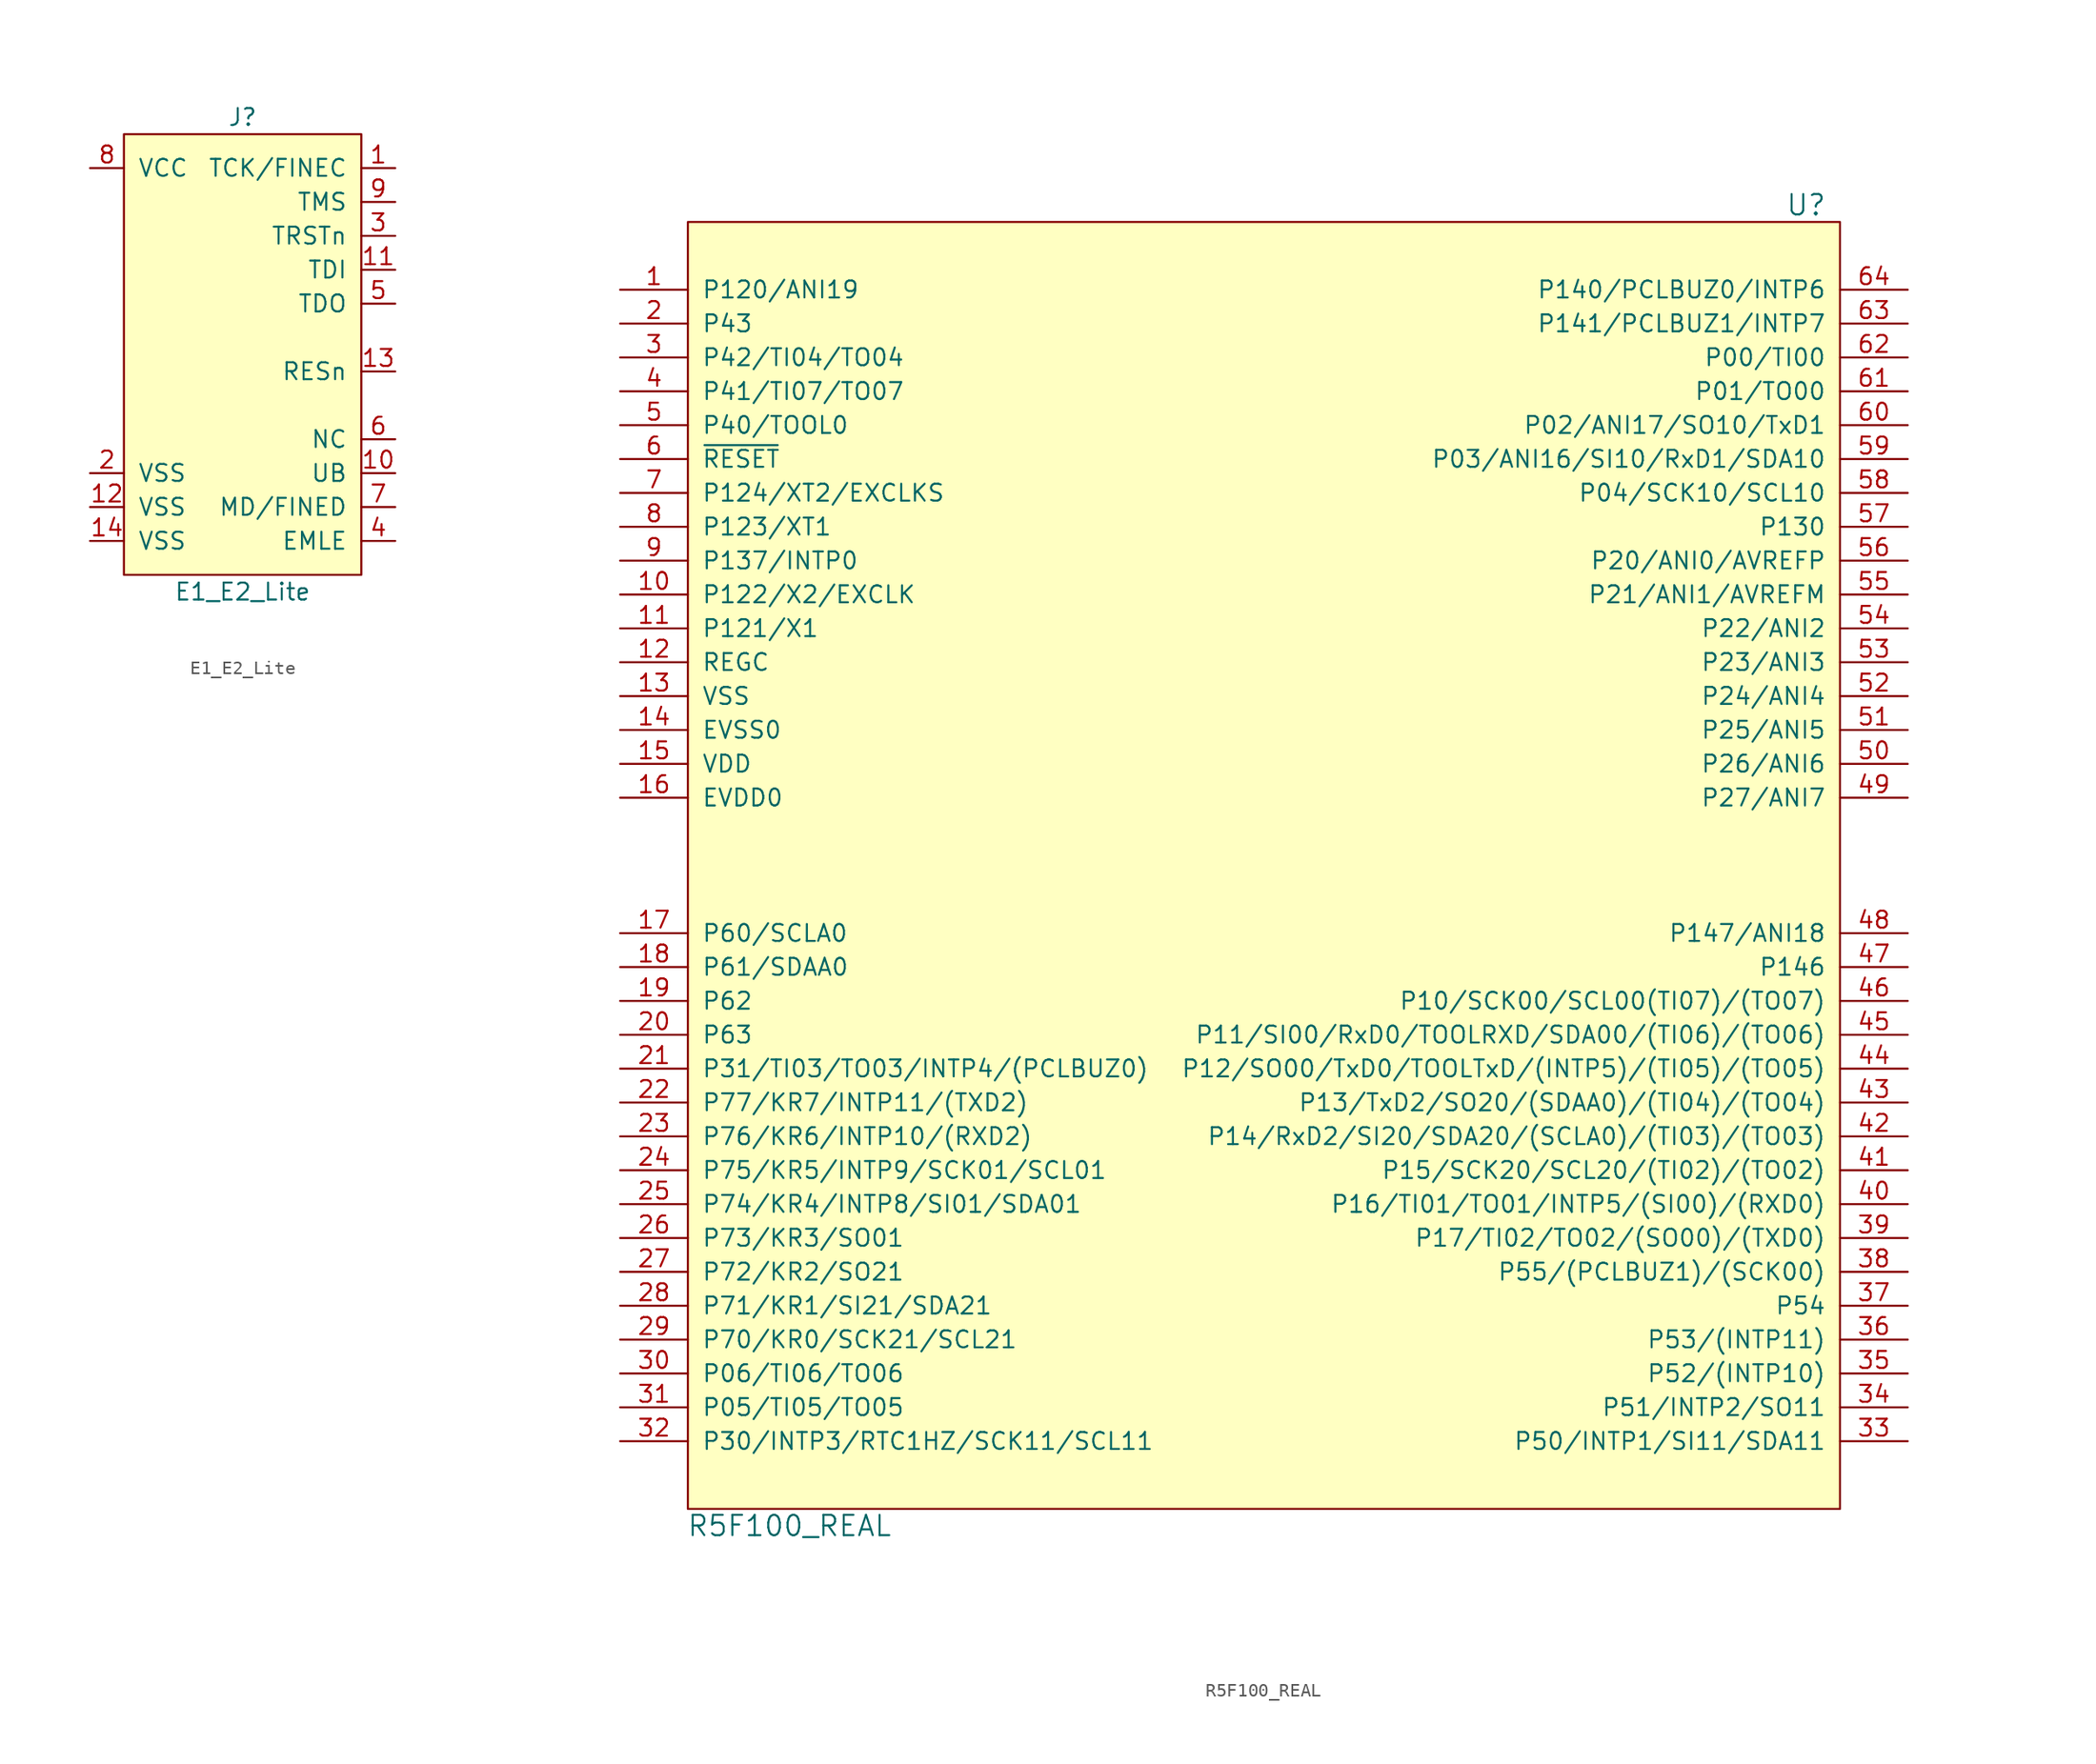
<source format=kicad_sym>
(kicad_symbol_lib
  (version 20211014)
  (generator kicad_symbol_editor)
  (symbol "E1_E2_Lite"
    (pin_names
      (offset 1.016))
    (property "Reference" "J"
      (at 0 17.78 0)
      (effects (font (size 1.27 1.27))))
    (property "Value" "E1_E2_Lite"
      (at 0 -17.78 0)
      (effects (font (size 1.27 1.27))))
    (symbol "E1_E2_Lite_0_1"
      (rectangle (start -8.89 16.51) (end 8.89 -16.51) (stroke (width 0) (type default) (color 0 0 0 0)) (fill (type background))))
    (symbol "E1_E2_Lite_1_1"
      (pin output line (at 11.43 13.97 180) (length 2.54) (name "TCK/FINEC" (effects (font (size 1.27 1.27)))) (number "1" (effects (font (size 1.27 1.27)))))
      (pin bidirectional line (at 11.43 -8.89 180) (length 2.54) (name "UB" (effects (font (size 1.27 1.27)))) (number "10" (effects (font (size 1.27 1.27)))))
      (pin output line (at 11.43 6.35 180) (length 2.54) (name "TDI" (effects (font (size 1.27 1.27)))) (number "11" (effects (font (size 1.27 1.27)))))
      (pin power_in line (at -11.43 -11.43 0) (length 2.54) (name "VSS" (effects (font (size 1.27 1.27)))) (number "12" (effects (font (size 1.27 1.27)))))
      (pin bidirectional line (at 11.43 -1.27 180) (length 2.54) (name "RESn" (effects (font (size 1.27 1.27)))) (number "13" (effects (font (size 1.27 1.27)))))
      (pin power_in line (at -11.43 -13.97 0) (length 2.54) (name "VSS" (effects (font (size 1.27 1.27)))) (number "14" (effects (font (size 1.27 1.27)))))
      (pin power_in line (at -11.43 -8.89 0) (length 2.54) (name "VSS" (effects (font (size 1.27 1.27)))) (number "2" (effects (font (size 1.27 1.27)))))
      (pin output line (at 11.43 8.89 180) (length 2.54) (name "TRSTn" (effects (font (size 1.27 1.27)))) (number "3" (effects (font (size 1.27 1.27)))))
      (pin bidirectional line (at 11.43 -13.97 180) (length 2.54) (name "EMLE" (effects (font (size 1.27 1.27)))) (number "4" (effects (font (size 1.27 1.27)))))
      (pin input line (at 11.43 3.81 180) (length 2.54) (name "TDO" (effects (font (size 1.27 1.27)))) (number "5" (effects (font (size 1.27 1.27)))))
      (pin bidirectional line (at 11.43 -6.35 180) (length 2.54) (name "NC" (effects (font (size 1.27 1.27)))) (number "6" (effects (font (size 1.27 1.27)))))
      (pin bidirectional line (at 11.43 -11.43 180) (length 2.54) (name "MD/FINED" (effects (font (size 1.27 1.27)))) (number "7" (effects (font (size 1.27 1.27)))))
      (pin power_in line (at -11.43 13.97 0) (length 2.54) (name "VCC" (effects (font (size 1.27 1.27)))) (number "8" (effects (font (size 1.27 1.27)))))
      (pin output line (at 11.43 11.43 180) (length 2.54) (name "TMS" (effects (font (size 1.27 1.27)))) (number "9" (effects (font (size 1.27 1.27)))))))
  (symbol "R5F100_REAL"
    (pin_names
      (offset 1.016))
    (property "Reference" "U"
      (at 40.64 49.53 0)
      (effects (font (size 1.524 1.524))))
    (property "Value" "R5F100_REAL"
      (at -35.56 -49.53 0)
      (effects (font (size 1.524 1.524))))
    (property "Footprint" ""
      (at 40.64 49.53 0)
      (effects (font (size 1.524 1.524))))
    (property "Datasheet" ""
      (at 40.64 49.53 0)
      (effects (font (size 1.524 1.524))))
    (symbol "R5F100_REAL_0_1"
      (rectangle (start -43.18 48.26) (end 43.18 -48.26) (stroke (width 0) (type default) (color 0 0 0 0)) (fill (type background))))
    (symbol "R5F100_REAL_1_1"
      (pin passive line (at -48.26 43.18 0) (length 5.08) (name "P120/ANI19" (effects (font (size 1.27 1.27)))) (number "1" (effects (font (size 1.27 1.27)))))
      (pin passive line (at -48.26 20.32 0) (length 5.08) (name "P122/X2/EXCLK" (effects (font (size 1.27 1.27)))) (number "10" (effects (font (size 1.27 1.27)))))
      (pin passive line (at -48.26 17.78 0) (length 5.08) (name "P121/X1" (effects (font (size 1.27 1.27)))) (number "11" (effects (font (size 1.27 1.27)))))
      (pin passive line (at -48.26 15.24 0) (length 5.08) (name "REGC" (effects (font (size 1.27 1.27)))) (number "12" (effects (font (size 1.27 1.27)))))
      (pin power_in line (at -48.26 12.7 0) (length 5.08) (name "VSS" (effects (font (size 1.27 1.27)))) (number "13" (effects (font (size 1.27 1.27)))))
      (pin input line (at -48.26 10.16 0) (length 5.08) (name "EVSS0" (effects (font (size 1.27 1.27)))) (number "14" (effects (font (size 1.27 1.27)))))
      (pin power_in line (at -48.26 7.62 0) (length 5.08) (name "VDD" (effects (font (size 1.27 1.27)))) (number "15" (effects (font (size 1.27 1.27)))))
      (pin input line (at -48.26 5.08 0) (length 5.08) (name "EVDD0" (effects (font (size 1.27 1.27)))) (number "16" (effects (font (size 1.27 1.27)))))
      (pin passive line (at -48.26 -5.08 0) (length 5.08) (name "P60/SCLA0" (effects (font (size 1.27 1.27)))) (number "17" (effects (font (size 1.27 1.27)))))
      (pin passive line (at -48.26 -7.62 0) (length 5.08) (name "P61/SDAA0" (effects (font (size 1.27 1.27)))) (number "18" (effects (font (size 1.27 1.27)))))
      (pin passive line (at -48.26 -10.16 0) (length 5.08) (name "P62" (effects (font (size 1.27 1.27)))) (number "19" (effects (font (size 1.27 1.27)))))
      (pin passive line (at -48.26 40.64 0) (length 5.08) (name "P43" (effects (font (size 1.27 1.27)))) (number "2" (effects (font (size 1.27 1.27)))))
      (pin passive line (at -48.26 -12.7 0) (length 5.08) (name "P63" (effects (font (size 1.27 1.27)))) (number "20" (effects (font (size 1.27 1.27)))))
      (pin passive line (at -48.26 -15.24 0) (length 5.08) (name "P31/TI03/TO03/INTP4/(PCLBUZ0)" (effects (font (size 1.27 1.27)))) (number "21" (effects (font (size 1.27 1.27)))))
      (pin passive line (at -48.26 -17.78 0) (length 5.08) (name "P77/KR7/INTP11/(TXD2)" (effects (font (size 1.27 1.27)))) (number "22" (effects (font (size 1.27 1.27)))))
      (pin passive line (at -48.26 -20.32 0) (length 5.08) (name "P76/KR6/INTP10/(RXD2)" (effects (font (size 1.27 1.27)))) (number "23" (effects (font (size 1.27 1.27)))))
      (pin passive line (at -48.26 -22.86 0) (length 5.08) (name "P75/KR5/INTP9/SCK01/SCL01" (effects (font (size 1.27 1.27)))) (number "24" (effects (font (size 1.27 1.27)))))
      (pin passive line (at -48.26 -25.4 0) (length 5.08) (name "P74/KR4/INTP8/SI01/SDA01" (effects (font (size 1.27 1.27)))) (number "25" (effects (font (size 1.27 1.27)))))
      (pin passive line (at -48.26 -27.94 0) (length 5.08) (name "P73/KR3/SO01" (effects (font (size 1.27 1.27)))) (number "26" (effects (font (size 1.27 1.27)))))
      (pin passive line (at -48.26 -30.48 0) (length 5.08) (name "P72/KR2/SO21" (effects (font (size 1.27 1.27)))) (number "27" (effects (font (size 1.27 1.27)))))
      (pin passive line (at -48.26 -33.02 0) (length 5.08) (name "P71/KR1/SI21/SDA21" (effects (font (size 1.27 1.27)))) (number "28" (effects (font (size 1.27 1.27)))))
      (pin passive line (at -48.26 -35.56 0) (length 5.08) (name "P70/KR0/SCK21/SCL21" (effects (font (size 1.27 1.27)))) (number "29" (effects (font (size 1.27 1.27)))))
      (pin passive line (at -48.26 38.1 0) (length 5.08) (name "P42/TI04/TO04" (effects (font (size 1.27 1.27)))) (number "3" (effects (font (size 1.27 1.27)))))
      (pin passive line (at -48.26 -38.1 0) (length 5.08) (name "P06/TI06/TO06" (effects (font (size 1.27 1.27)))) (number "30" (effects (font (size 1.27 1.27)))))
      (pin passive line (at -48.26 -40.64 0) (length 5.08) (name "P05/TI05/TO05" (effects (font (size 1.27 1.27)))) (number "31" (effects (font (size 1.27 1.27)))))
      (pin passive line (at -48.26 -43.18 0) (length 5.08) (name "P30/INTP3/RTC1HZ/SCK11/SCL11" (effects (font (size 1.27 1.27)))) (number "32" (effects (font (size 1.27 1.27)))))
      (pin passive line (at 48.26 -43.18 180) (length 5.08) (name "P50/INTP1/SI11/SDA11" (effects (font (size 1.27 1.27)))) (number "33" (effects (font (size 1.27 1.27)))))
      (pin passive line (at 48.26 -40.64 180) (length 5.08) (name "P51/INTP2/SO11" (effects (font (size 1.27 1.27)))) (number "34" (effects (font (size 1.27 1.27)))))
      (pin passive line (at 48.26 -38.1 180) (length 5.08) (name "P52/(INTP10)" (effects (font (size 1.27 1.27)))) (number "35" (effects (font (size 1.27 1.27)))))
      (pin passive line (at 48.26 -35.56 180) (length 5.08) (name "P53/(INTP11)" (effects (font (size 1.27 1.27)))) (number "36" (effects (font (size 1.27 1.27)))))
      (pin passive line (at 48.26 -33.02 180) (length 5.08) (name "P54" (effects (font (size 1.27 1.27)))) (number "37" (effects (font (size 1.27 1.27)))))
      (pin passive line (at 48.26 -30.48 180) (length 5.08) (name "P55/(PCLBUZ1)/(SCK00)" (effects (font (size 1.27 1.27)))) (number "38" (effects (font (size 1.27 1.27)))))
      (pin passive line (at 48.26 -27.94 180) (length 5.08) (name "P17/TI02/TO02/(SO00)/(TXD0)" (effects (font (size 1.27 1.27)))) (number "39" (effects (font (size 1.27 1.27)))))
      (pin passive line (at -48.26 35.56 0) (length 5.08) (name "P41/TI07/TO07" (effects (font (size 1.27 1.27)))) (number "4" (effects (font (size 1.27 1.27)))))
      (pin passive line (at 48.26 -25.4 180) (length 5.08) (name "P16/TI01/TO01/INTP5/(SI00)/(RXD0)" (effects (font (size 1.27 1.27)))) (number "40" (effects (font (size 1.27 1.27)))))
      (pin passive line (at 48.26 -22.86 180) (length 5.08) (name "P15/SCK20/SCL20/(TI02)/(TO02)" (effects (font (size 1.27 1.27)))) (number "41" (effects (font (size 1.27 1.27)))))
      (pin passive line (at 48.26 -20.32 180) (length 5.08) (name "P14/RxD2/SI20/SDA20/(SCLA0)/(TI03)/(TO03)" (effects (font (size 1.27 1.27)))) (number "42" (effects (font (size 1.27 1.27)))))
      (pin passive line (at 48.26 -17.78 180) (length 5.08) (name "P13/TxD2/SO20/(SDAA0)/(TI04)/(TO04)" (effects (font (size 1.27 1.27)))) (number "43" (effects (font (size 1.27 1.27)))))
      (pin passive line (at 48.26 -15.24 180) (length 5.08) (name "P12/SO00/TxD0/TOOLTxD/(INTP5)/(TI05)/(TO05)" (effects (font (size 1.27 1.27)))) (number "44" (effects (font (size 1.27 1.27)))))
      (pin passive line (at 48.26 -12.7 180) (length 5.08) (name "P11/SI00/RxD0/TOOLRXD/SDA00/(TI06)/(TO06)" (effects (font (size 1.27 1.27)))) (number "45" (effects (font (size 1.27 1.27)))))
      (pin passive line (at 48.26 -10.16 180) (length 5.08) (name "P10/SCK00/SCL00(TI07)/(TO07)" (effects (font (size 1.27 1.27)))) (number "46" (effects (font (size 1.27 1.27)))))
      (pin passive line (at 48.26 -7.62 180) (length 5.08) (name "P146" (effects (font (size 1.27 1.27)))) (number "47" (effects (font (size 1.27 1.27)))))
      (pin passive line (at 48.26 -5.08 180) (length 5.08) (name "P147/ANI18" (effects (font (size 1.27 1.27)))) (number "48" (effects (font (size 1.27 1.27)))))
      (pin bidirectional line (at 48.26 5.08 180) (length 5.08) (name "P27/ANI7" (effects (font (size 1.27 1.27)))) (number "49" (effects (font (size 1.27 1.27)))))
      (pin passive line (at -48.26 33.02 0) (length 5.08) (name "P40/TOOL0" (effects (font (size 1.27 1.27)))) (number "5" (effects (font (size 1.27 1.27)))))
      (pin bidirectional line (at 48.26 7.62 180) (length 5.08) (name "P26/ANI6" (effects (font (size 1.27 1.27)))) (number "50" (effects (font (size 1.27 1.27)))))
      (pin bidirectional line (at 48.26 10.16 180) (length 5.08) (name "P25/ANI5" (effects (font (size 1.27 1.27)))) (number "51" (effects (font (size 1.27 1.27)))))
      (pin bidirectional line (at 48.26 12.7 180) (length 5.08) (name "P24/ANI4" (effects (font (size 1.27 1.27)))) (number "52" (effects (font (size 1.27 1.27)))))
      (pin bidirectional line (at 48.26 15.24 180) (length 5.08) (name "P23/ANI3" (effects (font (size 1.27 1.27)))) (number "53" (effects (font (size 1.27 1.27)))))
      (pin bidirectional line (at 48.26 17.78 180) (length 5.08) (name "P22/ANI2" (effects (font (size 1.27 1.27)))) (number "54" (effects (font (size 1.27 1.27)))))
      (pin bidirectional line (at 48.26 20.32 180) (length 5.08) (name "P21/ANI1/AVREFM" (effects (font (size 1.27 1.27)))) (number "55" (effects (font (size 1.27 1.27)))))
      (pin bidirectional line (at 48.26 22.86 180) (length 5.08) (name "P20/ANI0/AVREFP" (effects (font (size 1.27 1.27)))) (number "56" (effects (font (size 1.27 1.27)))))
      (pin passive line (at 48.26 25.4 180) (length 5.08) (name "P130" (effects (font (size 1.27 1.27)))) (number "57" (effects (font (size 1.27 1.27)))))
      (pin passive line (at 48.26 27.94 180) (length 5.08) (name "P04/SCK10/SCL10" (effects (font (size 1.27 1.27)))) (number "58" (effects (font (size 1.27 1.27)))))
      (pin passive line (at 48.26 30.48 180) (length 5.08) (name "P03/ANI16/SI10/RxD1/SDA10" (effects (font (size 1.27 1.27)))) (number "59" (effects (font (size 1.27 1.27)))))
      (pin input line (at -48.26 30.48 0) (length 5.08) (name "~{RESET}" (effects (font (size 1.27 1.27)))) (number "6" (effects (font (size 1.27 1.27)))))
      (pin bidirectional line (at 48.26 33.02 180) (length 5.08) (name "P02/ANI17/SO10/TxD1" (effects (font (size 1.27 1.27)))) (number "60" (effects (font (size 1.27 1.27)))))
      (pin passive line (at 48.26 35.56 180) (length 5.08) (name "P01/TO00" (effects (font (size 1.27 1.27)))) (number "61" (effects (font (size 1.27 1.27)))))
      (pin passive line (at 48.26 38.1 180) (length 5.08) (name "P00/TI00" (effects (font (size 1.27 1.27)))) (number "62" (effects (font (size 1.27 1.27)))))
      (pin passive line (at 48.26 40.64 180) (length 5.08) (name "P141/PCLBUZ1/INTP7" (effects (font (size 1.27 1.27)))) (number "63" (effects (font (size 1.27 1.27)))))
      (pin passive line (at 48.26 43.18 180) (length 5.08) (name "P140/PCLBUZ0/INTP6" (effects (font (size 1.27 1.27)))) (number "64" (effects (font (size 1.27 1.27)))))
      (pin passive line (at -48.26 27.94 0) (length 5.08) (name "P124/XT2/EXCLKS" (effects (font (size 1.27 1.27)))) (number "7" (effects (font (size 1.27 1.27)))))
      (pin passive line (at -48.26 25.4 0) (length 5.08) (name "P123/XT1" (effects (font (size 1.27 1.27)))) (number "8" (effects (font (size 1.27 1.27)))))
      (pin passive line (at -48.26 22.86 0) (length 5.08) (name "P137/INTP0" (effects (font (size 1.27 1.27)))) (number "9" (effects (font (size 1.27 1.27))))))))
</source>
